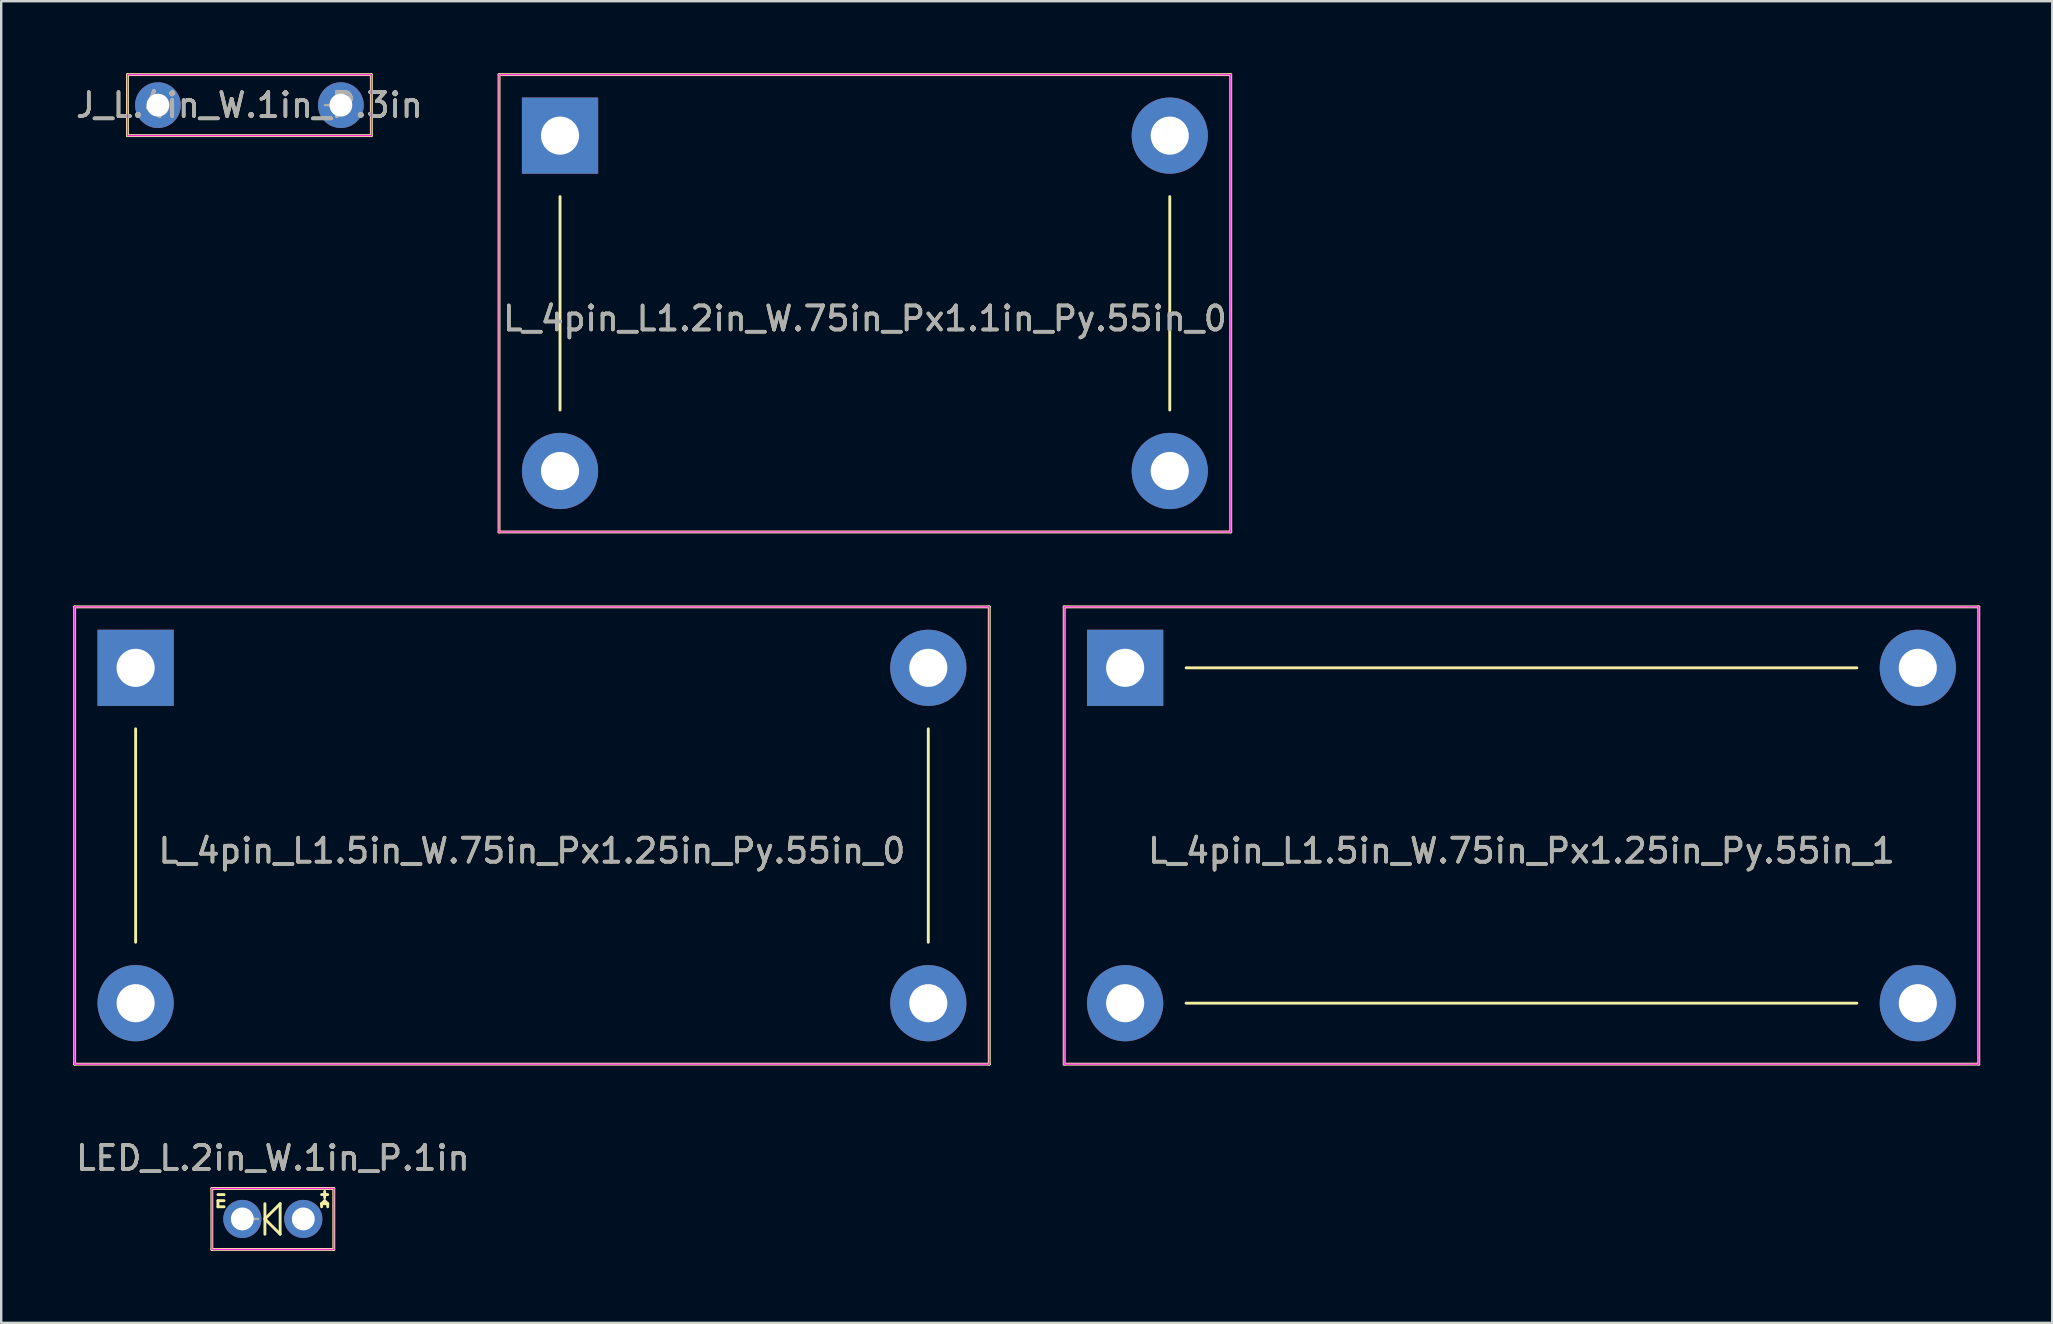
<source format=kicad_pcb>
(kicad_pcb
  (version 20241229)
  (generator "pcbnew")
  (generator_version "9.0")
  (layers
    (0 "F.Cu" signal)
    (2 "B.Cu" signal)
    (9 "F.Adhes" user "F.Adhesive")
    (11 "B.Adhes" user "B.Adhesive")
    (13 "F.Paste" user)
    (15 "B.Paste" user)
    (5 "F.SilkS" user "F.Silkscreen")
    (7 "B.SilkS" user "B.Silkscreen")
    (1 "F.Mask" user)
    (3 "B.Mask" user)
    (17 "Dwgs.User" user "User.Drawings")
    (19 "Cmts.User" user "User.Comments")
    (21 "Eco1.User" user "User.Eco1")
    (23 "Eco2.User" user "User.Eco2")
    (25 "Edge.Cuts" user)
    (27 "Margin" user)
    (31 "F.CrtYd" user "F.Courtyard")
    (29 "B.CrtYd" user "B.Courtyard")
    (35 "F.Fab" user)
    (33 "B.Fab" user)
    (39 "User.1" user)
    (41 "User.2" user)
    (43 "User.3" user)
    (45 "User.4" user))
  (footprint "J_L.4in_W.1in_P.3in"
    (layer "F.Cu")
    (at 3.529 1.33)
    (property "Reference" "J_L.4in_W.1in_P.3in" (at 3.81 0 0) (layer "F.SilkS") (effects (font (size 1 1) (thickness 0.15))))
    (attr through_hole)
    (fp_line (start -1.27 -1.27) (end -1.27 1.27) (stroke (width 0.12) (type solid)) (layer "F.SilkS"))
    (fp_line (start -1.27 -1.27) (end 8.89 -1.27) (stroke (width 0.12) (type solid)) (layer "F.SilkS"))
    (fp_line (start -1.27 1.27) (end 8.89 1.27) (stroke (width 0.12) (type solid)) (layer "F.SilkS"))
    (fp_line (start 8.89 1.27) (end 8.89 -1.27) (stroke (width 0.12) (type solid)) (layer "F.SilkS"))
    (fp_line (start -1.27 -1.27) (end -1.27 1.27) (stroke (width 0.05) (type solid)) (layer "F.CrtYd"))
    (fp_line (start -1.27 1.27) (end 8.89 1.27) (stroke (width 0.05) (type solid)) (layer "F.CrtYd"))
    (fp_line (start 8.89 -1.27) (end -1.27 -1.27) (stroke (width 0.05) (type solid)) (layer "F.CrtYd"))
    (fp_line (start 8.89 1.27) (end 8.89 -1.27) (stroke (width 0.05) (type solid)) (layer "F.CrtYd"))
    (fp_line (start 7.62 0) (end 6.96 0) (stroke (width 0.1) (type solid)) (layer "F.Fab"))
    (fp_text user "${REFERENCE}" (at 3.81 0 0) (layer "F.Fab") (effects (font (size 1 1) (thickness 0.15))))
    (pad "1" thru_hole circle (at 0 0) (size 1.905 1.905) (drill 0.953) (layers "*.Cu" "*.Mask"))
    (pad "2" thru_hole circle (at 7.62 0) (size 1.905 1.905) (drill 0.953) (layers "*.Cu" "*.Mask")))
  (footprint "L_4pin_L1.5in_W.75in_Px1.25in_Py.55in_0"
    (layer "F.Cu")
    (at 2.6 24.77)
    (property "Reference" "L_4pin_L1.5in_W.75in_Px1.25in_Py.55in_0" (at 16.51 7.62 0) (layer "F.SilkS") (effects (font (size 1 1) (thickness 0.15))))
    (attr through_hole)
    (fp_line (start -2.54 -2.54) (end 35.56 -2.54) (stroke (width 0.12) (type solid)) (layer "F.SilkS"))
    (fp_line (start -2.54 16.51) (end -2.54 -2.54) (stroke (width 0.12) (type solid)) (layer "F.SilkS"))
    (fp_line (start 0 2.54) (end 0 11.43) (stroke (width 0.12) (type solid)) (layer "F.SilkS"))
    (fp_line (start 33.02 2.54) (end 33.02 11.43) (stroke (width 0.12) (type solid)) (layer "F.SilkS"))
    (fp_line (start 35.56 -2.54) (end 35.56 16.51) (stroke (width 0.12) (type solid)) (layer "F.SilkS"))
    (fp_line (start 35.56 16.51) (end -2.54 16.51) (stroke (width 0.12) (type solid)) (layer "F.SilkS"))
    (fp_line (start -2.54 -2.54) (end -2.54 16.51) (stroke (width 0.05) (type solid)) (layer "F.CrtYd"))
    (fp_line (start 35.56 -2.54) (end -2.54 -2.54) (stroke (width 0.05) (type solid)) (layer "F.CrtYd"))
    (fp_line (start 35.56 -2.54) (end 35.56 16.51) (stroke (width 0.05) (type solid)) (layer "F.CrtYd"))
    (fp_line (start 35.56 16.51) (end -2.54 16.51) (stroke (width 0.05) (type solid)) (layer "F.CrtYd"))
    (fp_line (start 0 0) (end 0.66 0) (stroke (width 0.1) (type solid)) (layer "F.Fab"))
    (fp_text user "${REFERENCE}" (at 16.51 7.62 0) (layer "F.Fab") (effects (font (size 1 1) (thickness 0.15))))
    (pad "1" thru_hole rect (at 0 0) (size 3.175 3.175) (drill 1.587) (layers "*.Cu" "*.Mask"))
    (pad "2" thru_hole circle (at 0 13.97) (size 3.175 3.175) (drill 1.587) (layers "*.Cu" "*.Mask"))
    (pad "3" thru_hole circle (at 33.02 13.97) (size 3.175 3.175) (drill 1.587) (layers "*.Cu" "*.Mask"))
    (pad "4" thru_hole circle (at 33.02 0) (size 3.175 3.175) (drill 1.587) (layers "*.Cu" "*.Mask")))
  (footprint "L_4pin_L1.2in_W.75in_Px1.1in_Py.55in_0"
    (layer "F.Cu")
    (at 20.279 2.6)
    (property "Reference" "L_4pin_L1.2in_W.75in_Px1.1in_Py.55in_0" (at 12.7 7.62 0) (layer "F.SilkS") (effects (font (size 1 1) (thickness 0.15))))
    (attr through_hole)
    (fp_line (start -2.54 -2.54) (end 27.94 -2.54) (stroke (width 0.12) (type solid)) (layer "F.SilkS"))
    (fp_line (start -2.54 16.51) (end -2.54 -2.54) (stroke (width 0.12) (type solid)) (layer "F.SilkS"))
    (fp_line (start 0 2.54) (end 0 11.43) (stroke (width 0.12) (type solid)) (layer "F.SilkS"))
    (fp_line (start 25.4 2.54) (end 25.4 11.43) (stroke (width 0.12) (type solid)) (layer "F.SilkS"))
    (fp_line (start 27.94 -2.54) (end 27.94 16.51) (stroke (width 0.12) (type solid)) (layer "F.SilkS"))
    (fp_line (start 27.94 16.51) (end -2.54 16.51) (stroke (width 0.12) (type solid)) (layer "F.SilkS"))
    (fp_line (start -2.54 -2.54) (end -2.54 16.51) (stroke (width 0.05) (type solid)) (layer "F.CrtYd"))
    (fp_line (start 27.94 -2.54) (end -2.54 -2.54) (stroke (width 0.05) (type solid)) (layer "F.CrtYd"))
    (fp_line (start 27.94 -2.54) (end 27.94 16.51) (stroke (width 0.05) (type solid)) (layer "F.CrtYd"))
    (fp_line (start 27.94 16.51) (end -2.54 16.51) (stroke (width 0.05) (type solid)) (layer "F.CrtYd"))
    (fp_line (start 0 0) (end 0.66 0) (stroke (width 0.1) (type solid)) (layer "F.Fab"))
    (fp_text user "${REFERENCE}" (at 12.7 7.62 0) (layer "F.Fab") (effects (font (size 1 1) (thickness 0.15))))
    (pad "1" thru_hole rect (at 0 0) (size 3.175 3.175) (drill 1.587) (layers "*.Cu" "*.Mask"))
    (pad "2" thru_hole circle (at 0 13.97) (size 3.175 3.175) (drill 1.587) (layers "*.Cu" "*.Mask"))
    (pad "3" thru_hole circle (at 25.4 13.97) (size 3.175 3.175) (drill 1.587) (layers "*.Cu" "*.Mask"))
    (pad "4" thru_hole circle (at 25.4 0) (size 3.175 3.175) (drill 1.587) (layers "*.Cu" "*.Mask")))
  (footprint "LED_L.2in_W.1in_P.1in"
    (layer "F.Cu")
    (at 7.045 47.728)
    (property "Reference" "LED_L.2in_W.1in_P.1in" (at 1.27 -2.54 0) (layer "F.SilkS") (effects (font (size 1 1) (thickness 0.15))))
    (attr through_hole)
    (fp_line (start -1.27 -1.27) (end 3.81 -1.27) (stroke (width 0.12) (type solid)) (layer "F.SilkS"))
    (fp_line (start -1.27 1.27) (end -1.27 -1.27) (stroke (width 0.12) (type solid)) (layer "F.SilkS"))
    (fp_line (start -1.016 -1.016) (end -0.762 -1.016) (stroke (width 0.12) (type solid)) (layer "F.SilkS"))
    (fp_line (start -1.016 -0.762) (end -1.016 -0.508) (stroke (width 0.12) (type solid)) (layer "F.SilkS"))
    (fp_line (start -1.016 -0.762) (end -0.762 -0.762) (stroke (width 0.12) (type solid)) (layer "F.SilkS"))
    (fp_line (start -1.016 -0.508) (end -0.762 -0.508) (stroke (width 0.12) (type solid)) (layer "F.SilkS"))
    (fp_line (start 0.94 0) (end 1.575 0.635) (stroke (width 0.12) (type solid)) (layer "F.SilkS"))
    (fp_line (start 0.94 0.635) (end 0.94 -0.635) (stroke (width 0.12) (type solid)) (layer "F.SilkS"))
    (fp_line (start 1.575 -0.635) (end 0.94 0) (stroke (width 0.12) (type solid)) (layer "F.SilkS"))
    (fp_line (start 1.575 0.635) (end 1.575 -0.635) (stroke (width 0.12) (type solid)) (layer "F.SilkS"))
    (fp_line (start 3.302 -1.016) (end 3.556 -1.016) (stroke (width 0.12) (type solid)) (layer "F.SilkS"))
    (fp_line (start 3.302 -0.635) (end 3.302 -0.508) (stroke (width 0.12) (type solid)) (layer "F.SilkS"))
    (fp_line (start 3.302 -0.635) (end 3.429 -0.762) (stroke (width 0.12) (type solid)) (layer "F.SilkS"))
    (fp_line (start 3.302 -0.635) (end 3.556 -0.635) (stroke (width 0.12) (type solid)) (layer "F.SilkS"))
    (fp_line (start 3.429 -1.143) (end 3.429 -0.889) (stroke (width 0.12) (type solid)) (layer "F.SilkS"))
    (fp_line (start 3.429 -0.762) (end 3.556 -0.635) (stroke (width 0.12) (type solid)) (layer "F.SilkS"))
    (fp_line (start 3.556 -0.635) (end 3.556 -0.508) (stroke (width 0.12) (type solid)) (layer "F.SilkS"))
    (fp_line (start 3.81 -1.27) (end 3.81 1.27) (stroke (width 0.12) (type solid)) (layer "F.SilkS"))
    (fp_line (start 3.81 1.27) (end -1.27 1.27) (stroke (width 0.12) (type solid)) (layer "F.SilkS"))
    (fp_line (start -1.27 -1.27) (end -1.27 1.27) (stroke (width 0.05) (type solid)) (layer "F.CrtYd"))
    (fp_line (start -1.27 1.27) (end 3.81 1.27) (stroke (width 0.05) (type solid)) (layer "F.CrtYd"))
    (fp_line (start 3.81 -1.27) (end -1.27 -1.27) (stroke (width 0.05) (type solid)) (layer "F.CrtYd"))
    (fp_line (start 3.81 1.27) (end 3.81 -1.27) (stroke (width 0.05) (type solid)) (layer "F.CrtYd"))
    (fp_line (start 0 0) (end 0.66 0) (stroke (width 0.1) (type solid)) (layer "F.Fab"))
    (fp_text user "${REFERENCE}" (at 1.27 -2.54 0) (layer "F.Fab") (effects (font (size 1 1) (thickness 0.15))))
    (pad "1" thru_hole circle (at 0 0) (size 1.587 1.587) (drill 0.953) (layers "*.Cu" "*.Mask"))
    (pad "2" thru_hole circle (at 2.54 0) (size 1.587 1.587) (drill 0.953) (layers "*.Cu" "*.Mask")))
  (footprint "L_4pin_L1.5in_W.75in_Px1.25in_Py.55in_1"
    (layer "F.Cu")
    (at 43.82 24.77)
    (property "Reference" "L_4pin_L1.5in_W.75in_Px1.25in_Py.55in_1" (at 16.51 7.62 0) (layer "F.SilkS") (effects (font (size 1 1) (thickness 0.15))))
    (attr through_hole)
    (fp_line (start -2.54 -2.54) (end 35.56 -2.54) (stroke (width 0.12) (type solid)) (layer "F.SilkS"))
    (fp_line (start -2.54 16.51) (end -2.54 -2.54) (stroke (width 0.12) (type solid)) (layer "F.SilkS"))
    (fp_line (start 2.54 0) (end 30.48 0) (stroke (width 0.12) (type solid)) (layer "F.SilkS"))
    (fp_line (start 2.54 13.97) (end 30.48 13.97) (stroke (width 0.12) (type solid)) (layer "F.SilkS"))
    (fp_line (start 35.56 -2.54) (end 35.56 16.51) (stroke (width 0.12) (type solid)) (layer "F.SilkS"))
    (fp_line (start 35.56 16.51) (end -2.54 16.51) (stroke (width 0.12) (type solid)) (layer "F.SilkS"))
    (fp_line (start -2.54 -2.54) (end -2.54 16.51) (stroke (width 0.05) (type solid)) (layer "F.CrtYd"))
    (fp_line (start 35.56 -2.54) (end -2.54 -2.54) (stroke (width 0.05) (type solid)) (layer "F.CrtYd"))
    (fp_line (start 35.56 -2.54) (end 35.56 16.51) (stroke (width 0.05) (type solid)) (layer "F.CrtYd"))
    (fp_line (start 35.56 16.51) (end -2.54 16.51) (stroke (width 0.05) (type solid)) (layer "F.CrtYd"))
    (fp_line (start 0 0) (end 0.66 0) (stroke (width 0.1) (type solid)) (layer "F.Fab"))
    (fp_text user "${REFERENCE}" (at 16.51 7.62 0) (layer "F.Fab") (effects (font (size 1 1) (thickness 0.15))))
    (pad "1" thru_hole rect (at 0 0) (size 3.175 3.175) (drill 1.587) (layers "*.Cu" "*.Mask"))
    (pad "2" thru_hole circle (at 33.02 0) (size 3.175 3.175) (drill 1.587) (layers "*.Cu" "*.Mask"))
    (pad "3" thru_hole circle (at 33.02 13.97) (size 3.175 3.175) (drill 1.587) (layers "*.Cu" "*.Mask"))
    (pad "4" thru_hole circle (at 0 13.97) (size 3.175 3.175) (drill 1.587) (layers "*.Cu" "*.Mask")))
  (gr_rect
    (start -3 -3)
    (end 82.44 52.058)
    (stroke (width 0.1) (type default))
    (fill no)
    (layer "Edge.Cuts")))
</source>
